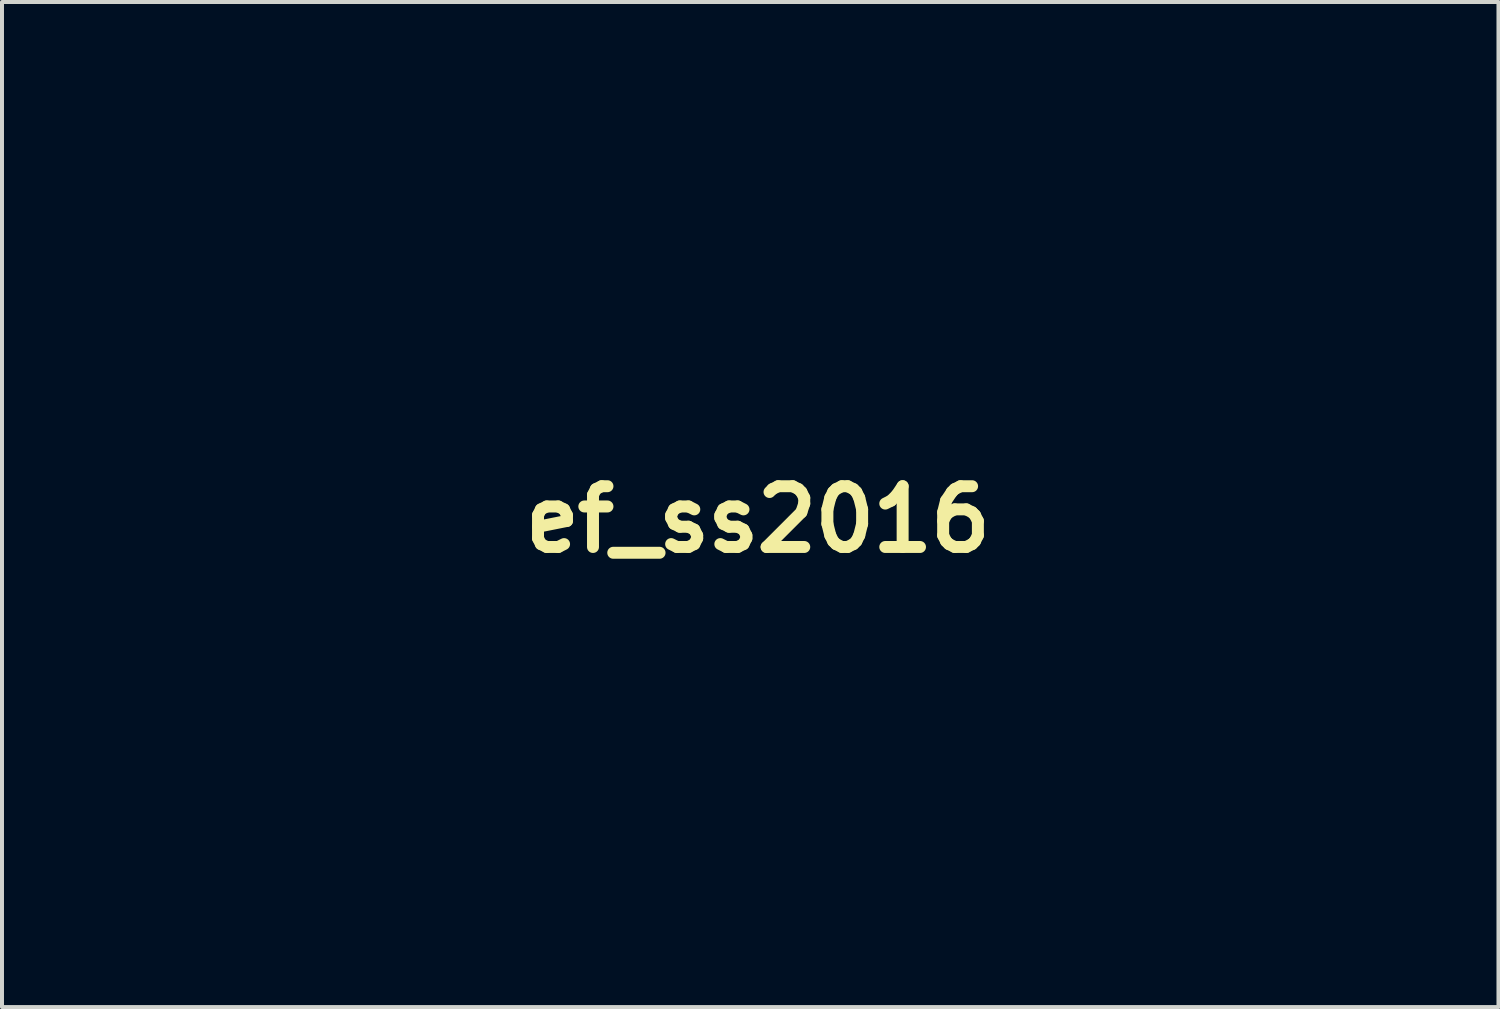
<source format=kicad_pcb>
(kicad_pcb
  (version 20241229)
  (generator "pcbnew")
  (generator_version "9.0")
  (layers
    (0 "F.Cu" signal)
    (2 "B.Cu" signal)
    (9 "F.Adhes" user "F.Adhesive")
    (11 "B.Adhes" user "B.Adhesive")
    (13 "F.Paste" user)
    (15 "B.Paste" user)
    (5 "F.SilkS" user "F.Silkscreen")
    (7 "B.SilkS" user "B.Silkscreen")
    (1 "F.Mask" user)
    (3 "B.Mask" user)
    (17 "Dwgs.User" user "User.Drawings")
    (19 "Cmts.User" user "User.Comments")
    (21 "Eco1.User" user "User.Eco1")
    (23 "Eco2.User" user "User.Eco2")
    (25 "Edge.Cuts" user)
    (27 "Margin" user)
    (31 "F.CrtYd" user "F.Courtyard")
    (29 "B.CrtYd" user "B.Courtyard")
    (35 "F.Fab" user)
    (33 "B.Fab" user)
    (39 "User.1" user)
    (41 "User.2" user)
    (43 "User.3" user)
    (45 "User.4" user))
  (footprint "ef_ss2016"
    (layer "F.Cu")
    (at 15.958 9.978)
    (property "Reference" "ef_ss2016" (at 0 0 0) (layer "F.SilkS") (effects (font (size 1.524 1.524) (thickness 0.3))))
    (attr through_hole)
    (fp_poly (pts (xy 12.723 0.624) (xy 12.985 0.768) (xy 13.208 0.944) (xy 13.208 7.015) (xy 12.985 7.191) (xy 12.692 7.343) (xy 12.406 7.328) (xy 12.133 7.161) (xy 11.896 6.957) (xy 11.908 3.968) (xy 11.921 0.979) (xy 12.146 0.786) (xy 12.434 0.621) (xy 12.723 0.624)) (stroke (width 0.01) (type solid)) (fill yes) (layer "F.Mask"))
    (fp_poly (pts (xy 12.548 7.738) (xy 12.831 7.909) (xy 12.92 7.993) (xy 13.145 8.299) (xy 13.219 8.603) (xy 13.141 8.88) (xy 12.985 9.053) (xy 12.702 9.205) (xy 12.429 9.196) (xy 12.145 9.024) (xy 12.057 8.941) (xy 11.832 8.635) (xy 11.758 8.331) (xy 11.835 8.054) (xy 11.992 7.88) (xy 12.275 7.729) (xy 12.548 7.738)) (stroke (width 0.01) (type solid)) (fill yes) (layer "F.Mask"))
    (fp_poly (pts (xy 2.201 0.906) (xy 2.285 0.972) (xy 2.312 1.043) (xy 2.333 1.191) (xy 2.347 1.428) (xy 2.354 1.77) (xy 2.356 2.228) (xy 2.351 2.817) (xy 2.34 3.55) (xy 2.326 4.316) (xy 2.264 7.535) (xy 2.481 7.535) (xy 2.851 7.595) (xy 3.13 7.753) (xy 3.303 7.982) (xy 3.355 8.25) (xy 3.269 8.53) (xy 3.116 8.718) (xy 3.034 8.783) (xy 2.932 8.829) (xy 2.782 8.859) (xy 2.555 8.876) (xy 2.224 8.884) (xy 1.76 8.885) (xy 1.572 8.885) (xy 1.093 8.878) (xy 0.661 8.862) (xy 0.309 8.84) (xy 0.073 8.813) (xy 0.002 8.796) (xy -0.212 8.671) (xy -0.314 8.485) (xy -0.337 8.24) (xy -0.265 7.953) (xy -0.053 7.749) (xy 0.281 7.638) (xy 0.519 7.62) (xy 0.931 7.62) (xy 0.931 3.044) (xy 0.682 3.173) (xy 0.361 3.288) (xy 0.097 3.257) (xy -0.131 3.094) (xy -0.298 2.827) (xy -0.329 2.531) (xy -0.22 2.26) (xy -0.191 2.224) (xy -0.038 2.08) (xy 0.214 1.871) (xy 0.522 1.628) (xy 0.847 1.382) (xy 1.147 1.166) (xy 1.375 1.016) (xy 1.67 0.89) (xy 1.963 0.852) (xy 2.201 0.906)) (stroke (width 0.01) (type solid)) (fill yes) (layer "F.Mask"))
    (fp_poly (pts (xy -3.814 1.006) (xy -3.255 1.278) (xy -2.763 1.69) (xy -2.367 2.187) (xy -2.081 2.725) (xy -1.895 3.335) (xy -1.799 4.046) (xy -1.781 4.653) (xy -1.828 5.58) (xy -1.96 6.424) (xy -2.172 7.166) (xy -2.457 7.79) (xy -2.811 8.274) (xy -2.82 8.284) (xy -3.212 8.623) (xy -3.649 8.851) (xy -4.169 8.982) (xy -4.741 9.03) (xy -5.118 9.034) (xy -5.452 9.023) (xy -5.691 8.999) (xy -5.757 8.985) (xy -6.377 8.703) (xy -6.889 8.298) (xy -7.297 7.766) (xy -7.6 7.106) (xy -7.8 6.315) (xy -7.898 5.39) (xy -7.909 4.953) (xy -7.908 4.908) (xy -6.476 4.908) (xy -6.476 4.951) (xy -6.456 5.649) (xy -6.396 6.208) (xy -6.289 6.653) (xy -6.129 7.012) (xy -5.951 7.264) (xy -5.597 7.561) (xy -5.175 7.718) (xy -4.721 7.729) (xy -4.271 7.589) (xy -4.192 7.546) (xy -3.842 7.248) (xy -3.567 6.803) (xy -3.37 6.22) (xy -3.253 5.506) (xy -3.219 4.767) (xy -3.245 4.064) (xy -3.33 3.5) (xy -3.483 3.052) (xy -3.712 2.698) (xy -4.025 2.415) (xy -4.066 2.386) (xy -4.293 2.261) (xy -4.526 2.214) (xy -4.8 2.222) (xy -5.266 2.317) (xy -5.647 2.532) (xy -5.967 2.883) (xy -6.195 3.276) (xy -6.31 3.517) (xy -6.389 3.715) (xy -6.438 3.911) (xy -6.464 4.147) (xy -6.474 4.466) (xy -6.476 4.908) (xy -7.908 4.908) (xy -7.891 4.25) (xy -7.819 3.665) (xy -7.681 3.153) (xy -7.466 2.669) (xy -7.167 2.175) (xy -6.731 1.659) (xy -6.213 1.269) (xy -5.638 1.005) (xy -5.03 0.872) (xy -4.414 0.871) (xy -3.814 1.006)) (stroke (width 0.01) (type solid)) (fill yes) (layer "F.Mask"))
    (fp_poly (pts (xy 8.807 0.882) (xy 9.065 1.009) (xy 9.258 1.223) (xy 9.345 1.484) (xy 9.333 1.637) (xy 9.258 1.76) (xy 9.083 1.973) (xy 8.832 2.248) (xy 8.529 2.56) (xy 8.42 2.667) (xy 8.093 2.992) (xy 7.8 3.297) (xy 7.567 3.551) (xy 7.422 3.726) (xy 7.4 3.757) (xy 7.248 4) (xy 7.54 3.926) (xy 7.95 3.867) (xy 8.441 3.863) (xy 8.933 3.909) (xy 9.349 4.002) (xy 9.358 4.006) (xy 9.9 4.269) (xy 10.33 4.658) (xy 10.64 5.143) (xy 10.758 5.407) (xy 10.829 5.645) (xy 10.864 5.916) (xy 10.875 6.282) (xy 10.876 6.396) (xy 10.87 6.786) (xy 10.843 7.069) (xy 10.783 7.309) (xy 10.676 7.567) (xy 10.599 7.728) (xy 10.24 8.3) (xy 9.794 8.732) (xy 9.254 9.026) (xy 8.613 9.187) (xy 8.019 9.222) (xy 7.603 9.2) (xy 7.217 9.149) (xy 6.947 9.082) (xy 6.533 8.86) (xy 6.139 8.513) (xy 5.806 8.083) (xy 5.592 7.657) (xy 5.448 7.127) (xy 5.367 6.498) (xy 5.358 6.157) (xy 6.791 6.157) (xy 6.817 6.765) (xy 6.953 7.266) (xy 7.195 7.65) (xy 7.535 7.907) (xy 7.967 8.029) (xy 8.043 8.035) (xy 8.205 8.018) (xy 8.44 7.967) (xy 8.483 7.955) (xy 8.872 7.764) (xy 9.177 7.442) (xy 9.383 7.016) (xy 9.473 6.51) (xy 9.475 6.435) (xy 9.431 6.018) (xy 9.271 5.7) (xy 8.982 5.442) (xy 8.641 5.298) (xy 8.211 5.24) (xy 7.751 5.269) (xy 7.318 5.384) (xy 7.193 5.44) (xy 6.816 5.63) (xy 6.791 6.157) (xy 5.358 6.157) (xy 5.35 5.832) (xy 5.403 5.19) (xy 5.45 4.922) (xy 5.672 4.189) (xy 6.014 3.453) (xy 6.441 2.785) (xy 6.584 2.604) (xy 6.87 2.283) (xy 7.202 1.944) (xy 7.552 1.613) (xy 7.892 1.316) (xy 8.192 1.076) (xy 8.425 0.921) (xy 8.524 0.878) (xy 8.807 0.882)) (stroke (width 0.01) (type solid)) (fill yes) (layer "F.Mask"))
    (fp_poly (pts (xy -5.775 -9.754) (xy -5.196 -9.667) (xy -4.668 -9.541) (xy -4.228 -9.383) (xy -3.914 -9.202) (xy -3.879 -9.173) (xy -3.74 -8.948) (xy -3.748 -8.687) (xy -3.899 -8.43) (xy -3.986 -8.347) (xy -4.139 -8.222) (xy -4.263 -8.156) (xy -4.406 -8.144) (xy -4.617 -8.181) (xy -4.941 -8.264) (xy -5.237 -8.326) (xy -5.574 -8.362) (xy -5.993 -8.375) (xy -6.536 -8.367) (xy -6.607 -8.365) (xy -7.037 -8.347) (xy -7.409 -8.324) (xy -7.689 -8.298) (xy -7.842 -8.272) (xy -7.856 -8.266) (xy -7.913 -8.141) (xy -7.947 -7.851) (xy -7.959 -7.395) (xy -7.959 -6.587) (xy -7.429 -6.659) (xy -7.075 -6.691) (xy -6.636 -6.706) (xy -6.157 -6.707) (xy -5.681 -6.693) (xy -5.254 -6.666) (xy -4.92 -6.628) (xy -4.762 -6.593) (xy -4.494 -6.432) (xy -4.341 -6.183) (xy -4.312 -5.89) (xy -4.415 -5.597) (xy -4.526 -5.457) (xy -4.612 -5.377) (xy -4.703 -5.321) (xy -4.828 -5.286) (xy -5.018 -5.267) (xy -5.301 -5.262) (xy -5.708 -5.266) (xy -5.986 -5.27) (xy -6.666 -5.271) (xy -7.18 -5.248) (xy -7.529 -5.201) (xy -7.599 -5.183) (xy -7.959 -5.073) (xy -7.959 -3.337) (xy -7.959 -2.754) (xy -7.962 -2.315) (xy -7.971 -1.998) (xy -7.987 -1.777) (xy -8.013 -1.629) (xy -8.053 -1.529) (xy -8.108 -1.454) (xy -8.166 -1.393) (xy -8.438 -1.221) (xy -8.747 -1.176) (xy -9.039 -1.255) (xy -9.223 -1.408) (xy -9.264 -1.466) (xy -9.299 -1.533) (xy -9.327 -1.624) (xy -9.349 -1.756) (xy -9.366 -1.944) (xy -9.378 -2.204) (xy -9.387 -2.55) (xy -9.393 -2.998) (xy -9.396 -3.565) (xy -9.398 -4.264) (xy -9.398 -5.113) (xy -9.398 -5.425) (xy -9.398 -9.219) (xy -9.207 -9.441) (xy -9.089 -9.558) (xy -8.949 -9.628) (xy -8.74 -9.666) (xy -8.413 -9.688) (xy -8.382 -9.689) (xy -7.992 -9.709) (xy -7.521 -9.738) (xy -7.052 -9.771) (xy -6.934 -9.78) (xy -6.367 -9.794) (xy -5.775 -9.754)) (stroke (width 0.01) (type solid)) (fill yes) (layer "F.Mask"))
    (fp_poly (pts (xy -10.855 0.966) (xy -10.306 1.083) (xy -9.797 1.291) (xy -9.358 1.569) (xy -9.017 1.898) (xy -8.803 2.256) (xy -8.757 2.416) (xy -8.724 2.922) (xy -8.789 3.473) (xy -8.94 3.983) (xy -9.004 4.122) (xy -9.225 4.474) (xy -9.537 4.815) (xy -9.961 5.167) (xy -10.517 5.547) (xy -10.728 5.679) (xy -11.085 5.907) (xy -11.426 6.141) (xy -11.698 6.345) (xy -11.796 6.427) (xy -12.009 6.654) (xy -12.209 6.926) (xy -12.365 7.192) (xy -12.443 7.4) (xy -12.446 7.435) (xy -12.365 7.46) (xy -12.14 7.475) (xy -11.793 7.481) (xy -11.35 7.477) (xy -11.064 7.47) (xy -10.449 7.457) (xy -9.975 7.462) (xy -9.613 7.49) (xy -9.334 7.546) (xy -9.11 7.633) (xy -8.912 7.755) (xy -8.853 7.8) (xy -8.676 8.034) (xy -8.644 8.316) (xy -8.761 8.6) (xy -8.788 8.636) (xy -8.84 8.694) (xy -8.903 8.738) (xy -9 8.772) (xy -9.149 8.796) (xy -9.373 8.813) (xy -9.692 8.825) (xy -10.127 8.833) (xy -10.698 8.839) (xy -11.105 8.842) (xy -11.701 8.845) (xy -12.247 8.843) (xy -12.718 8.837) (xy -13.09 8.827) (xy -13.338 8.813) (xy -13.432 8.8) (xy -13.625 8.695) (xy -13.749 8.529) (xy -13.817 8.269) (xy -13.841 7.884) (xy -13.842 7.755) (xy -13.814 7.215) (xy -13.722 6.748) (xy -13.55 6.331) (xy -13.283 5.943) (xy -12.905 5.559) (xy -12.402 5.158) (xy -11.756 4.717) (xy -11.753 4.714) (xy -11.241 4.37) (xy -10.858 4.08) (xy -10.584 3.825) (xy -10.396 3.582) (xy -10.272 3.331) (xy -10.237 3.226) (xy -10.19 2.906) (xy -10.279 2.665) (xy -10.52 2.473) (xy -10.614 2.424) (xy -10.914 2.314) (xy -11.201 2.289) (xy -11.509 2.358) (xy -11.869 2.528) (xy -12.314 2.807) (xy -12.381 2.853) (xy -12.791 3.101) (xy -13.119 3.22) (xy -13.39 3.214) (xy -13.629 3.087) (xy -13.684 3.039) (xy -13.846 2.819) (xy -13.871 2.583) (xy -13.752 2.322) (xy -13.486 2.024) (xy -13.067 1.679) (xy -13.014 1.639) (xy -12.444 1.295) (xy -11.84 1.063) (xy -11.244 0.958) (xy -10.855 0.966)) (stroke (width 0.01) (type solid)) (fill yes) (layer "F.Mask"))
    (fp_poly (pts (xy 5.914 -9.223) (xy 6.407 -9.142) (xy 6.863 -9.018) (xy 7.245 -8.861) (xy 7.513 -8.68) (xy 7.584 -8.596) (xy 7.668 -8.329) (xy 7.609 -8.055) (xy 7.418 -7.831) (xy 7.395 -7.815) (xy 7.294 -7.762) (xy 7.169 -7.729) (xy 6.991 -7.718) (xy 6.736 -7.729) (xy 6.375 -7.763) (xy 5.881 -7.82) (xy 5.706 -7.841) (xy 5.268 -7.843) (xy 4.817 -7.76) (xy 4.391 -7.608) (xy 4.031 -7.403) (xy 3.776 -7.162) (xy 3.688 -7.002) (xy 3.652 -6.804) (xy 3.735 -6.645) (xy 3.785 -6.591) (xy 3.88 -6.517) (xy 4.014 -6.46) (xy 4.217 -6.413) (xy 4.518 -6.37) (xy 4.947 -6.325) (xy 5.178 -6.304) (xy 5.828 -6.236) (xy 6.339 -6.157) (xy 6.742 -6.058) (xy 7.066 -5.93) (xy 7.343 -5.766) (xy 7.487 -5.655) (xy 7.817 -5.284) (xy 8.056 -4.814) (xy 8.195 -4.29) (xy 8.224 -3.757) (xy 8.133 -3.262) (xy 8.049 -3.06) (xy 7.731 -2.613) (xy 7.267 -2.217) (xy 6.678 -1.886) (xy 5.981 -1.631) (xy 5.726 -1.564) (xy 5.298 -1.487) (xy 4.793 -1.43) (xy 4.269 -1.398) (xy 3.782 -1.394) (xy 3.389 -1.42) (xy 3.302 -1.434) (xy 2.67 -1.61) (xy 2.145 -1.879) (xy 1.744 -2.231) (xy 1.504 -2.607) (xy 1.404 -2.87) (xy 1.382 -3.073) (xy 1.429 -3.301) (xy 1.433 -3.313) (xy 1.575 -3.607) (xy 1.799 -3.763) (xy 2.129 -3.797) (xy 2.181 -3.794) (xy 2.401 -3.747) (xy 2.578 -3.624) (xy 2.749 -3.418) (xy 3 -3.114) (xy 3.247 -2.918) (xy 3.539 -2.808) (xy 3.92 -2.765) (xy 4.233 -2.763) (xy 4.972 -2.834) (xy 5.633 -3.017) (xy 6.186 -3.303) (xy 6.205 -3.317) (xy 6.476 -3.532) (xy 6.625 -3.727) (xy 6.682 -3.951) (xy 6.686 -4.048) (xy 6.658 -4.338) (xy 6.557 -4.56) (xy 6.363 -4.727) (xy 6.059 -4.848) (xy 5.625 -4.933) (xy 5.043 -4.992) (xy 4.965 -4.998) (xy 4.148 -5.087) (xy 3.466 -5.227) (xy 2.929 -5.415) (xy 2.631 -5.583) (xy 2.32 -5.892) (xy 2.151 -6.255) (xy 2.113 -6.658) (xy 2.196 -7.082) (xy 2.389 -7.512) (xy 2.681 -7.929) (xy 3.06 -8.318) (xy 3.517 -8.662) (xy 4.041 -8.944) (xy 4.619 -9.146) (xy 4.974 -9.22) (xy 5.424 -9.252) (xy 5.914 -9.223)) (stroke (width 0.01) (type solid)) (fill yes) (layer "F.Mask"))
    (fp_poly (pts (xy -11.94 -9.953) (xy -11.383 -9.896) (xy -10.898 -9.806) (xy -10.518 -9.686) (xy -10.334 -9.584) (xy -10.141 -9.348) (xy -10.072 -9.056) (xy -10.123 -8.76) (xy -10.29 -8.512) (xy -10.421 -8.42) (xy -10.575 -8.353) (xy -10.725 -8.329) (xy -10.926 -8.349) (xy -11.233 -8.412) (xy -11.262 -8.419) (xy -11.763 -8.497) (xy -12.359 -8.535) (xy -12.98 -8.533) (xy -13.556 -8.49) (xy -13.885 -8.437) (xy -14.351 -8.34) (xy -14.375 -7.307) (xy -14.398 -6.275) (xy -14.121 -6.313) (xy -13.63 -6.373) (xy -13.102 -6.428) (xy -12.569 -6.474) (xy -12.061 -6.511) (xy -11.607 -6.535) (xy -11.24 -6.546) (xy -10.989 -6.541) (xy -10.898 -6.526) (xy -10.629 -6.353) (xy -10.471 -6.108) (xy -10.422 -5.83) (xy -10.481 -5.562) (xy -10.646 -5.343) (xy -10.916 -5.214) (xy -10.946 -5.208) (xy -11.114 -5.186) (xy -11.419 -5.152) (xy -11.831 -5.11) (xy -12.316 -5.063) (xy -12.845 -5.014) (xy -12.869 -5.012) (xy -14.52 -4.864) (xy -14.547 -4.104) (xy -14.553 -3.71) (xy -14.545 -3.333) (xy -14.527 -3.039) (xy -14.519 -2.979) (xy -14.466 -2.613) (xy -12.694 -2.633) (xy -12.103 -2.64) (xy -11.658 -2.642) (xy -11.334 -2.637) (xy -11.107 -2.624) (xy -10.954 -2.6) (xy -10.851 -2.564) (xy -10.773 -2.512) (xy -10.71 -2.455) (xy -10.54 -2.191) (xy -10.504 -1.882) (xy -10.605 -1.59) (xy -10.647 -1.533) (xy -10.85 -1.392) (xy -11.176 -1.285) (xy -11.251 -1.27) (xy -11.534 -1.237) (xy -11.94 -1.213) (xy -12.428 -1.2) (xy -12.953 -1.197) (xy -13.473 -1.203) (xy -13.945 -1.22) (xy -14.326 -1.246) (xy -14.54 -1.275) (xy -14.997 -1.395) (xy -15.326 -1.565) (xy -15.567 -1.812) (xy -15.736 -2.111) (xy -15.793 -2.239) (xy -15.84 -2.37) (xy -15.878 -2.519) (xy -15.908 -2.701) (xy -15.93 -2.93) (xy -15.945 -3.222) (xy -15.952 -3.591) (xy -15.953 -4.053) (xy -15.948 -4.622) (xy -15.937 -5.313) (xy -15.921 -6.142) (xy -15.901 -7.123) (xy -15.898 -7.27) (xy -15.882 -7.957) (xy -15.866 -8.494) (xy -15.848 -8.901) (xy -15.828 -9.197) (xy -15.803 -9.402) (xy -15.771 -9.535) (xy -15.732 -9.615) (xy -15.711 -9.64) (xy -15.578 -9.719) (xy -15.349 -9.766) (xy -14.992 -9.785) (xy -14.919 -9.786) (xy -14.491 -9.804) (xy -14.027 -9.844) (xy -13.674 -9.89) (xy -13.121 -9.953) (xy -12.531 -9.973) (xy -11.94 -9.953)) (stroke (width 0.01) (type solid)) (fill yes) (layer "F.Mask"))
    (fp_poly (pts (xy 13.086 -9.257) (xy 13.657 -9.145) (xy 14.158 -9.005) (xy 14.564 -8.846) (xy 14.852 -8.676) (xy 14.998 -8.507) (xy 15.006 -8.483) (xy 15.004 -8.294) (xy 14.94 -8.063) (xy 14.938 -8.058) (xy 14.803 -7.855) (xy 14.59 -7.742) (xy 14.271 -7.712) (xy 13.944 -7.736) (xy 13.429 -7.797) (xy 13.049 -7.836) (xy 12.771 -7.855) (xy 12.562 -7.854) (xy 12.39 -7.832) (xy 12.221 -7.791) (xy 12.083 -7.749) (xy 11.653 -7.572) (xy 11.313 -7.351) (xy 11.089 -7.106) (xy 11.007 -6.858) (xy 11.007 -6.855) (xy 11.026 -6.707) (xy 11.098 -6.592) (xy 11.245 -6.505) (xy 11.488 -6.436) (xy 11.849 -6.379) (xy 12.348 -6.326) (xy 12.596 -6.304) (xy 13.096 -6.258) (xy 13.468 -6.213) (xy 13.751 -6.161) (xy 13.986 -6.092) (xy 14.212 -5.999) (xy 14.354 -5.932) (xy 14.667 -5.753) (xy 14.943 -5.552) (xy 15.111 -5.387) (xy 15.402 -4.879) (xy 15.554 -4.326) (xy 15.566 -3.76) (xy 15.44 -3.216) (xy 15.176 -2.728) (xy 15.095 -2.626) (xy 14.807 -2.368) (xy 14.399 -2.105) (xy 13.916 -1.861) (xy 13.405 -1.661) (xy 13.105 -1.573) (xy 12.673 -1.491) (xy 12.153 -1.432) (xy 11.606 -1.401) (xy 11.091 -1.401) (xy 10.669 -1.433) (xy 10.602 -1.444) (xy 10.106 -1.581) (xy 9.63 -1.8) (xy 9.237 -2.069) (xy 9.128 -2.172) (xy 8.873 -2.523) (xy 8.743 -2.879) (xy 8.733 -3.213) (xy 8.838 -3.496) (xy 9.052 -3.703) (xy 9.367 -3.804) (xy 9.479 -3.81) (xy 9.683 -3.797) (xy 9.831 -3.734) (xy 9.976 -3.588) (xy 10.115 -3.401) (xy 10.317 -3.157) (xy 10.526 -2.962) (xy 10.644 -2.885) (xy 11.078 -2.765) (xy 11.606 -2.739) (xy 12.185 -2.805) (xy 12.772 -2.958) (xy 13.285 -3.171) (xy 13.705 -3.439) (xy 13.959 -3.733) (xy 14.046 -4.054) (xy 13.968 -4.404) (xy 13.934 -4.475) (xy 13.821 -4.639) (xy 13.658 -4.762) (xy 13.418 -4.854) (xy 13.076 -4.922) (xy 12.606 -4.975) (xy 12.26 -5.003) (xy 11.499 -5.079) (xy 10.885 -5.193) (xy 10.398 -5.35) (xy 10.017 -5.559) (xy 9.722 -5.825) (xy 9.704 -5.845) (xy 9.567 -6.045) (xy 9.5 -6.264) (xy 9.483 -6.575) (xy 9.483 -6.584) (xy 9.536 -7.062) (xy 9.706 -7.497) (xy 10.011 -7.921) (xy 10.289 -8.207) (xy 10.773 -8.588) (xy 11.33 -8.9) (xy 11.917 -9.128) (xy 12.492 -9.255) (xy 13.013 -9.267) (xy 13.086 -9.257)) (stroke (width 0.01) (type solid)) (fill yes) (layer "F.Mask")))
  (gr_rect
    (start -3 -3)
    (end 34.529 22.205)
    (stroke (width 0.1) (type default))
    (fill no)
    (layer "Edge.Cuts")))
</source>
